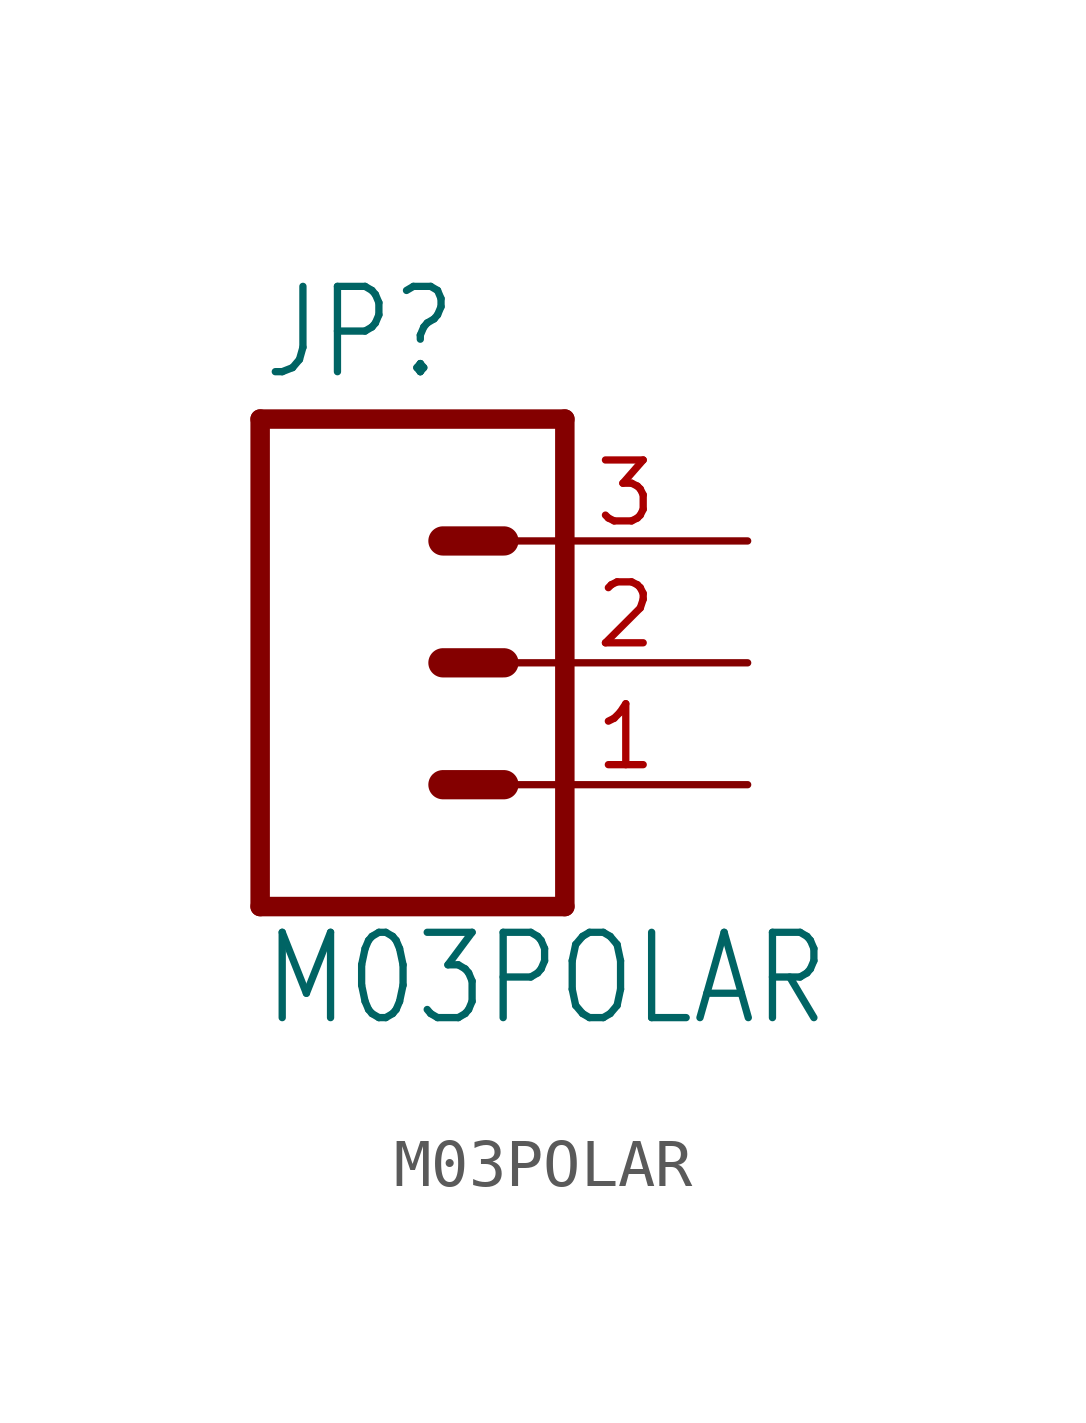
<source format=kicad_sym>
(kicad_symbol_lib
  (version 20211014)
  (generator kicad_symbol_editor)
  (symbol "M03POLAR"
    (property "Reference" "JP"
      (at -2.54 5.842 0)
      (effects (font (size 1.778 1.511)) (justify left bottom)))
    (property "Value" "M03POLAR"
      (at -2.54 -7.62 0)
      (effects (font (size 1.778 1.511)) (justify left bottom)))
    (property "ki_locked" ""
      (at 0 0 0)
      (effects (font (size 1.27 1.27))))
    (symbol "M03POLAR_1_0"
      (polyline (pts (xy -2.54 5.08) (xy -2.54 -5.08)) (stroke (width 0.406) (type default) (color 0 0 0 0)) (fill (type none)))
      (polyline (pts (xy -2.54 5.08) (xy 3.81 5.08)) (stroke (width 0.406) (type default) (color 0 0 0 0)) (fill (type none)))
      (polyline (pts (xy 1.27 -2.54) (xy 2.54 -2.54)) (stroke (width 0.61) (type default) (color 0 0 0 0)) (fill (type none)))
      (polyline (pts (xy 1.27 0) (xy 2.54 0)) (stroke (width 0.61) (type default) (color 0 0 0 0)) (fill (type none)))
      (polyline (pts (xy 1.27 2.54) (xy 2.54 2.54)) (stroke (width 0.61) (type default) (color 0 0 0 0)) (fill (type none)))
      (polyline (pts (xy 3.81 -5.08) (xy -2.54 -5.08)) (stroke (width 0.406) (type default) (color 0 0 0 0)) (fill (type none)))
      (polyline (pts (xy 3.81 -5.08) (xy 3.81 5.08)) (stroke (width 0.406) (type default) (color 0 0 0 0)) (fill (type none)))
      (pin passive line (at 7.62 -2.54 180) (length 5.08) (name "1" (effects (font (size 0 0)))) (number "1" (effects (font (size 1.27 1.27)))))
      (pin passive line (at 7.62 0 180) (length 5.08) (name "2" (effects (font (size 0 0)))) (number "2" (effects (font (size 1.27 1.27)))))
      (pin passive line (at 7.62 2.54 180) (length 5.08) (name "3" (effects (font (size 0 0)))) (number "3" (effects (font (size 1.27 1.27))))))))
</source>
